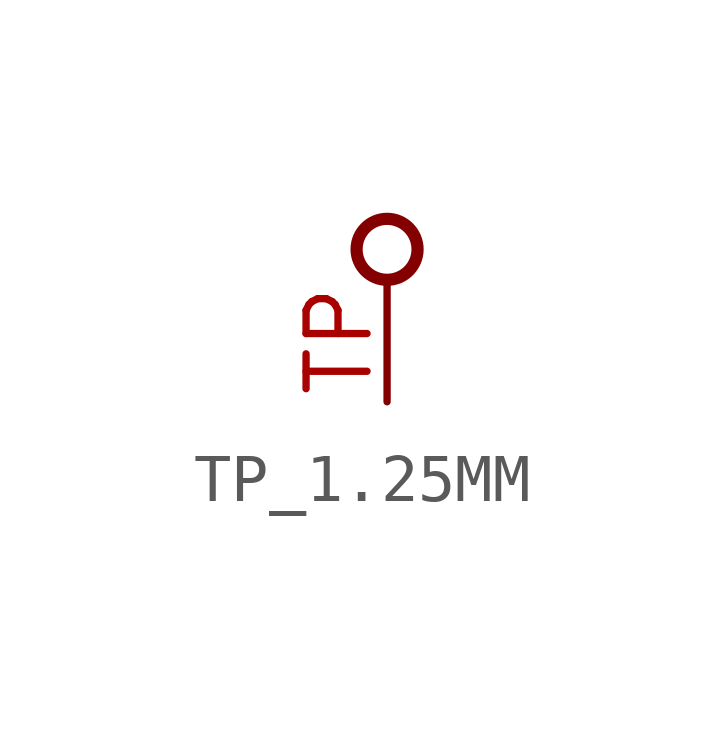
<source format=kicad_sym>
(kicad_symbol_lib
  (version 20231120)
  (generator "kicad_symbol_editor")
  (generator_version "8.0")
  (symbol "TP_1.25MM"
    (property "Reference" "GND"
      (at 0 0 0)
      (effects (font (size 1.27 1.27)) (hide yes)))
    (property "ki_locked" ""
      (at 0 0 0)
      (effects (font (size 1.27 1.27))))
    (symbol "TP_1.25MM_1_0"
      (circle (center 0 0.635) (radius 0.635) (stroke (width 0.254) (type solid)) (fill (type none)))
      (pin passive line (at 0 -2.54 90) (length 2.54) (name "TP" (effects (font (size 0 0)))) (number "TP" (effects (font (size 1.27 1.27))))))))
</source>
